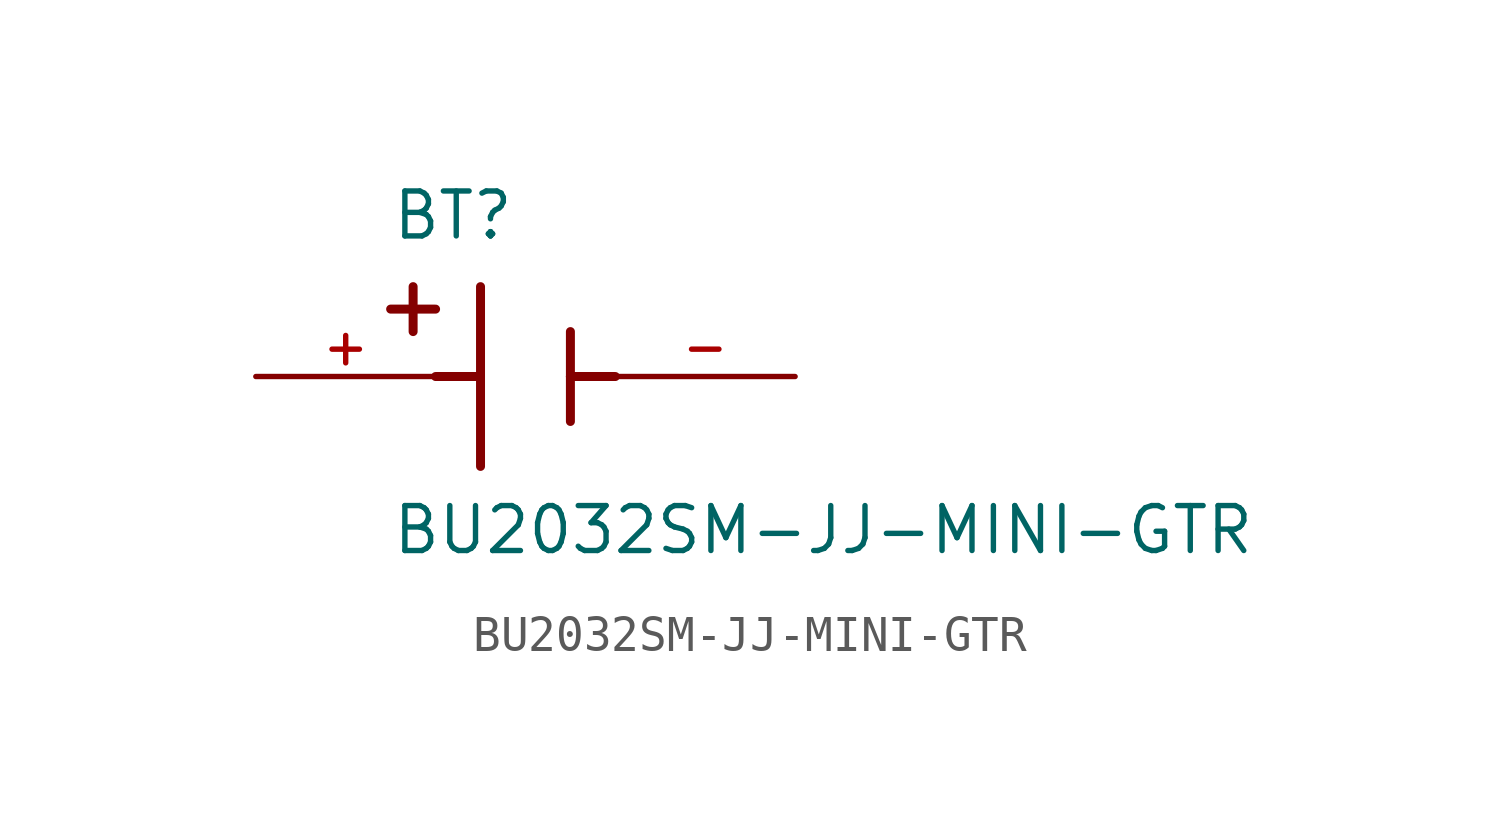
<source format=kicad_sym>
(kicad_symbol_lib
  (version 20211014)
  (generator kicad_symbol_editor)
  (symbol "BU2032SM-JJ-MINI-GTR"
    (pin_names
      (offset 1.016))
    (property "Reference" "BT"
      (at -3.81 3.81 0)
      (effects (font (size 1.27 1.27)) (justify bottom left)))
    (property "Value" "BU2032SM-JJ-MINI-GTR"
      (at -3.81 -5.08 0)
      (effects (font (size 1.27 1.27)) (justify bottom left)))
    (symbol "BU2032SM-JJ-MINI-GTR_0_0"
      (polyline (pts (xy -1.27 2.54) (xy -1.27 0.0)) (stroke (width 0.254)))
      (polyline (pts (xy -1.27 0.0) (xy -1.27 -2.54)) (stroke (width 0.254)))
      (polyline (pts (xy 1.27 1.27) (xy 1.27 0.0)) (stroke (width 0.254)))
      (polyline (pts (xy 1.27 0.0) (xy 1.27 -1.27)) (stroke (width 0.254)))
      (polyline (pts (xy -1.27 0.0) (xy -2.54 0.0)) (stroke (width 0.254)))
      (polyline (pts (xy 1.27 0.0) (xy 2.54 0.0)) (stroke (width 0.254)))
      (polyline (pts (xy -3.175 2.54) (xy -3.175 1.27)) (stroke (width 0.254)))
      (polyline (pts (xy -3.81 1.905) (xy -2.54 1.905)) (stroke (width 0.254)))
      (pin passive line (at -7.62 0.0 0) (length 5.08) (name "~" (effects (font (size 1.016 1.016)))) (number "+" (effects (font (size 1.016 1.016)))))
      (pin passive line (at 7.62 0.0 180.0) (length 5.08) (name "~" (effects (font (size 1.016 1.016)))) (number "-" (effects (font (size 1.016 1.016))))))))
</source>
